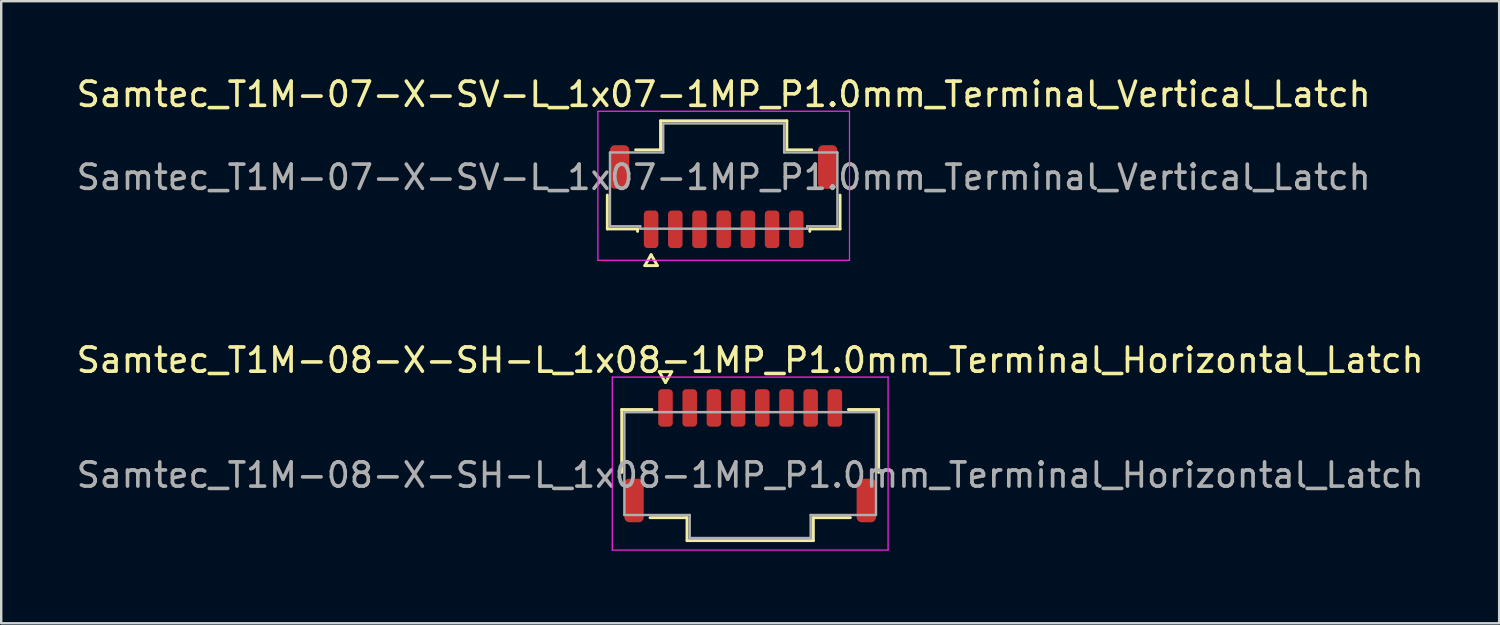
<source format=kicad_pcb>
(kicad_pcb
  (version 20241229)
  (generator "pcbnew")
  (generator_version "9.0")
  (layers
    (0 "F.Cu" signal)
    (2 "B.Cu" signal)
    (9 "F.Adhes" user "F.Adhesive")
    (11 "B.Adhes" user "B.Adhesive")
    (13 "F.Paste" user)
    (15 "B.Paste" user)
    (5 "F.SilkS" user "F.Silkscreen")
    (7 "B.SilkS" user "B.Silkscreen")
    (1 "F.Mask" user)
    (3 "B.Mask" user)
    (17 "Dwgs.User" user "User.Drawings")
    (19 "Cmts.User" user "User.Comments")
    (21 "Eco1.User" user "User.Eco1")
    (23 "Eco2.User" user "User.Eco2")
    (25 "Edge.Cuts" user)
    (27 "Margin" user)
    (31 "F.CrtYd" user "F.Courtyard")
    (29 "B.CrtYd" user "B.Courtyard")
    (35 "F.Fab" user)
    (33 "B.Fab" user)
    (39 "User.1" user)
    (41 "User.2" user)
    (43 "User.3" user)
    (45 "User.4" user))
  (footprint "Samtec_T1M-07-X-SV-L_1x07-1MP_P1.0mm_Terminal_Vertical_Latch"
    (layer "F.Cu")
    (at 26.863 4.278)
    (property "Reference" "Samtec_T1M-07-X-SV-L_1x07-1MP_P1.0mm_Terminal_Vertical_Latch" (at 0 -3.43 0) (layer "F.SilkS") (effects (font (size 1 1) (thickness 0.15))))
    (attr smd)
    (fp_line (start -4.81 2.135) (end -4.81 0.735) (stroke (width 0.12) (type solid)) (layer "F.SilkS"))
    (fp_line (start -3.64 -1.135) (end -2.61 -1.135) (stroke (width 0.12) (type solid)) (layer "F.SilkS"))
    (fp_line (start -3.56 2.135) (end -4.81 2.135) (stroke (width 0.12) (type solid)) (layer "F.SilkS"))
    (fp_line (start -3.56 2.235) (end -3.56 2.135) (stroke (width 0.12) (type solid)) (layer "F.SilkS"))
    (fp_line (start -3.26 3.65) (end -3 3.2) (stroke (width 0.12) (type solid)) (layer "F.SilkS"))
    (fp_line (start -3 3.2) (end -2.74 3.65) (stroke (width 0.12) (type solid)) (layer "F.SilkS"))
    (fp_line (start -2.74 3.65) (end -3.26 3.65) (stroke (width 0.12) (type solid)) (layer "F.SilkS"))
    (fp_line (start -2.61 -2.335) (end 2.61 -2.335) (stroke (width 0.12) (type solid)) (layer "F.SilkS"))
    (fp_line (start -2.61 -1.135) (end -2.61 -2.335) (stroke (width 0.12) (type solid)) (layer "F.SilkS"))
    (fp_line (start 2.61 -2.335) (end 2.61 -1.135) (stroke (width 0.12) (type solid)) (layer "F.SilkS"))
    (fp_line (start 2.61 -1.135) (end 3.64 -1.135) (stroke (width 0.12) (type solid)) (layer "F.SilkS"))
    (fp_line (start 3.56 2.135) (end 3.56 2.235) (stroke (width 0.12) (type solid)) (layer "F.SilkS"))
    (fp_line (start 4.81 0.735) (end 4.81 2.135) (stroke (width 0.12) (type solid)) (layer "F.SilkS"))
    (fp_line (start 4.81 2.135) (end 3.56 2.135) (stroke (width 0.12) (type solid)) (layer "F.SilkS"))
    (fp_line (start -5.2 -2.73) (end -5.2 3.43) (stroke (width 0.05) (type solid)) (layer "F.CrtYd"))
    (fp_line (start -5.2 3.43) (end 5.2 3.43) (stroke (width 0.05) (type solid)) (layer "F.CrtYd"))
    (fp_line (start 5.2 -2.73) (end -5.2 -2.73) (stroke (width 0.05) (type solid)) (layer "F.CrtYd"))
    (fp_line (start 5.2 3.43) (end 5.2 -2.73) (stroke (width 0.05) (type solid)) (layer "F.CrtYd"))
    (fp_line (start -4.7 -1.025) (end -2.5 -1.025) (stroke (width 0.1) (type solid)) (layer "F.Fab"))
    (fp_line (start -4.7 2.025) (end -4.7 -1.025) (stroke (width 0.1) (type solid)) (layer "F.Fab"))
    (fp_line (start -3.45 2.025) (end -4.7 2.025) (stroke (width 0.1) (type solid)) (layer "F.Fab"))
    (fp_line (start -3.45 2.125) (end -3.45 2.025) (stroke (width 0.1) (type solid)) (layer "F.Fab"))
    (fp_line (start -2.5 -2.225) (end 2.5 -2.225) (stroke (width 0.1) (type solid)) (layer "F.Fab"))
    (fp_line (start -2.5 -1.025) (end -2.5 -2.225) (stroke (width 0.1) (type solid)) (layer "F.Fab"))
    (fp_line (start 2.5 -2.225) (end 2.5 -1.025) (stroke (width 0.1) (type solid)) (layer "F.Fab"))
    (fp_line (start 2.5 -1.025) (end 4.7 -1.025) (stroke (width 0.1) (type solid)) (layer "F.Fab"))
    (fp_line (start 3.45 2.025) (end 3.45 2.125) (stroke (width 0.1) (type solid)) (layer "F.Fab"))
    (fp_line (start 3.45 2.125) (end -3.45 2.125) (stroke (width 0.1) (type solid)) (layer "F.Fab"))
    (fp_line (start 4.7 -1.025) (end 4.7 2.025) (stroke (width 0.1) (type solid)) (layer "F.Fab"))
    (fp_line (start 4.7 2.025) (end 3.45 2.025) (stroke (width 0.1) (type solid)) (layer "F.Fab"))
    (fp_text user "${REFERENCE}" (at 0 0 0) (layer "F.Fab") (effects (font (size 1 1) (thickness 0.15))))
    (pad "1" smd roundrect (at -3 2.15) (size 0.6 1.55) (layers "F.Cu" "F.Mask" "F.Paste") (roundrect_rratio 0.25))
    (pad "2" smd roundrect (at -2 2.15) (size 0.6 1.55) (layers "F.Cu" "F.Mask" "F.Paste") (roundrect_rratio 0.25))
    (pad "3" smd roundrect (at -1 2.15) (size 0.6 1.55) (layers "F.Cu" "F.Mask" "F.Paste") (roundrect_rratio 0.25))
    (pad "4" smd roundrect (at 0 2.15) (size 0.6 1.55) (layers "F.Cu" "F.Mask" "F.Paste") (roundrect_rratio 0.25))
    (pad "5" smd roundrect (at 1 2.15) (size 0.6 1.55) (layers "F.Cu" "F.Mask" "F.Paste") (roundrect_rratio 0.25))
    (pad "6" smd roundrect (at 2 2.15) (size 0.6 1.55) (layers "F.Cu" "F.Mask" "F.Paste") (roundrect_rratio 0.25))
    (pad "7" smd roundrect (at 3 2.15) (size 0.6 1.55) (layers "F.Cu" "F.Mask" "F.Paste") (roundrect_rratio 0.25))
    (pad "MP" smd roundrect (at -4.3 -0.425) (size 0.8 1.8) (layers "F.Cu" "F.Mask" "F.Paste") (roundrect_rratio 0.25))
    (pad "MP" smd roundrect (at 4.3 -0.425) (size 0.8 1.8) (layers "F.Cu" "F.Mask" "F.Paste") (roundrect_rratio 0.25)))
  (footprint "Samtec_T1M-08-X-SH-L_1x08-1MP_P1.0mm_Terminal_Horizontal_Latch"
    (layer "F.Cu")
    (at 27.958 16.587)
    (property "Reference" "Samtec_T1M-08-X-SH-L_1x08-1MP_P1.0mm_Terminal_Horizontal_Latch" (at 0 -4.75 0) (layer "F.SilkS") (effects (font (size 1 1) (thickness 0.15))))
    (attr smd)
    (fp_line (start -5.31 -2.71) (end -4.06 -2.71) (stroke (width 0.12) (type solid)) (layer "F.SilkS"))
    (fp_line (start -5.31 -0.11) (end -5.31 -2.71) (stroke (width 0.12) (type solid)) (layer "F.SilkS"))
    (fp_line (start -3.76 -4.275) (end -3.5 -3.825) (stroke (width 0.12) (type solid)) (layer "F.SilkS"))
    (fp_line (start -3.5 -3.825) (end -3.24 -4.275) (stroke (width 0.12) (type solid)) (layer "F.SilkS"))
    (fp_line (start -3.24 -4.275) (end -3.76 -4.275) (stroke (width 0.12) (type solid)) (layer "F.SilkS"))
    (fp_line (start -2.61 1.76) (end -4.14 1.76) (stroke (width 0.12) (type solid)) (layer "F.SilkS"))
    (fp_line (start -2.61 2.71) (end -2.61 1.76) (stroke (width 0.12) (type solid)) (layer "F.SilkS"))
    (fp_line (start 2.61 1.76) (end 2.61 2.71) (stroke (width 0.12) (type solid)) (layer "F.SilkS"))
    (fp_line (start 2.61 2.71) (end -2.61 2.71) (stroke (width 0.12) (type solid)) (layer "F.SilkS"))
    (fp_line (start 4.06 -2.71) (end 5.31 -2.71) (stroke (width 0.12) (type solid)) (layer "F.SilkS"))
    (fp_line (start 4.14 1.76) (end 2.61 1.76) (stroke (width 0.12) (type solid)) (layer "F.SilkS"))
    (fp_line (start 5.31 -2.71) (end 5.31 -0.11) (stroke (width 0.12) (type solid)) (layer "F.SilkS"))
    (fp_line (start -5.7 -4.05) (end -5.7 3.1) (stroke (width 0.05) (type solid)) (layer "F.CrtYd"))
    (fp_line (start -5.7 3.1) (end 5.7 3.1) (stroke (width 0.05) (type solid)) (layer "F.CrtYd"))
    (fp_line (start 5.7 -4.05) (end -5.7 -4.05) (stroke (width 0.05) (type solid)) (layer "F.CrtYd"))
    (fp_line (start 5.7 3.1) (end 5.7 -4.05) (stroke (width 0.05) (type solid)) (layer "F.CrtYd"))
    (fp_line (start -5.2 -2.6) (end 5.2 -2.6) (stroke (width 0.1) (type solid)) (layer "F.Fab"))
    (fp_line (start -5.2 1.65) (end -5.2 -2.6) (stroke (width 0.1) (type solid)) (layer "F.Fab"))
    (fp_line (start -2.5 1.65) (end -5.2 1.65) (stroke (width 0.1) (type solid)) (layer "F.Fab"))
    (fp_line (start -2.5 2.6) (end -2.5 1.65) (stroke (width 0.1) (type solid)) (layer "F.Fab"))
    (fp_line (start 2.5 1.65) (end 2.5 2.6) (stroke (width 0.1) (type solid)) (layer "F.Fab"))
    (fp_line (start 2.5 2.6) (end -2.5 2.6) (stroke (width 0.1) (type solid)) (layer "F.Fab"))
    (fp_line (start 5.2 -2.6) (end 5.2 1.65) (stroke (width 0.1) (type solid)) (layer "F.Fab"))
    (fp_line (start 5.2 1.65) (end 2.5 1.65) (stroke (width 0.1) (type solid)) (layer "F.Fab"))
    (fp_text user "${REFERENCE}" (at 0 0 0) (layer "F.Fab") (effects (font (size 1 1) (thickness 0.15))))
    (pad "1" smd roundrect (at -3.5 -2.775) (size 0.6 1.55) (layers "F.Cu" "F.Mask" "F.Paste") (roundrect_rratio 0.25))
    (pad "2" smd roundrect (at -2.5 -2.775) (size 0.6 1.55) (layers "F.Cu" "F.Mask" "F.Paste") (roundrect_rratio 0.25))
    (pad "3" smd roundrect (at -1.5 -2.775) (size 0.6 1.55) (layers "F.Cu" "F.Mask" "F.Paste") (roundrect_rratio 0.25))
    (pad "4" smd roundrect (at -0.5 -2.775) (size 0.6 1.55) (layers "F.Cu" "F.Mask" "F.Paste") (roundrect_rratio 0.25))
    (pad "5" smd roundrect (at 0.5 -2.775) (size 0.6 1.55) (layers "F.Cu" "F.Mask" "F.Paste") (roundrect_rratio 0.25))
    (pad "6" smd roundrect (at 1.5 -2.775) (size 0.6 1.55) (layers "F.Cu" "F.Mask" "F.Paste") (roundrect_rratio 0.25))
    (pad "7" smd roundrect (at 2.5 -2.775) (size 0.6 1.55) (layers "F.Cu" "F.Mask" "F.Paste") (roundrect_rratio 0.25))
    (pad "8" smd roundrect (at 3.5 -2.775) (size 0.6 1.55) (layers "F.Cu" "F.Mask" "F.Paste") (roundrect_rratio 0.25))
    (pad "MP" smd roundrect (at -4.8 1.05) (size 0.8 1.8) (layers "F.Cu" "F.Mask" "F.Paste") (roundrect_rratio 0.25))
    (pad "MP" smd roundrect (at 4.8 1.05) (size 0.8 1.8) (layers "F.Cu" "F.Mask" "F.Paste") (roundrect_rratio 0.25)))
  (gr_rect
    (start -3 -3)
    (end 58.917 22.712)
    (stroke (width 0.1) (type default))
    (fill no)
    (layer "Edge.Cuts")))
</source>
